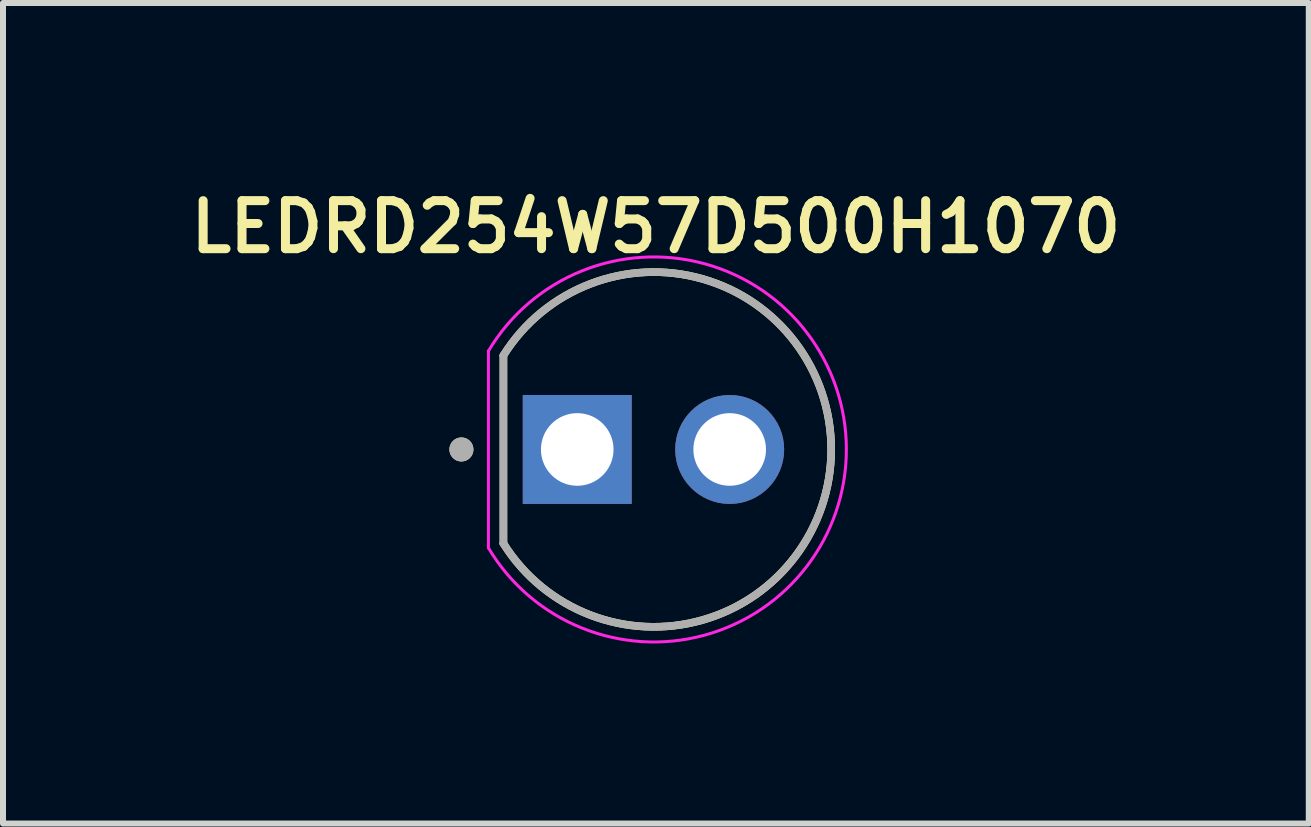
<source format=kicad_pcb>
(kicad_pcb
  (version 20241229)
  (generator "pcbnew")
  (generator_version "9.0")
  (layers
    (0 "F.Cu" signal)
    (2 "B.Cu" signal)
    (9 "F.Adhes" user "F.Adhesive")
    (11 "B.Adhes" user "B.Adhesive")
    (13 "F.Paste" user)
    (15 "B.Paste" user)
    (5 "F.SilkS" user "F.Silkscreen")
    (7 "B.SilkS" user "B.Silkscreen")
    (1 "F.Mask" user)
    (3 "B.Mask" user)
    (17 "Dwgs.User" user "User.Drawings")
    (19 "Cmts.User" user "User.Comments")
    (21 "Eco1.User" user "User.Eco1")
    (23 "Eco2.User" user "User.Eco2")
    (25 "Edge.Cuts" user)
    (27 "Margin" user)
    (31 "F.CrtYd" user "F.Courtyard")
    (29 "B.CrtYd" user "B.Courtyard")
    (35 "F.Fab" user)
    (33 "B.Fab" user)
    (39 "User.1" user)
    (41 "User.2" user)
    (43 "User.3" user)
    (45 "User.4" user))
  (footprint "LEDRD254W57D500H1070"
    (layer "F.Cu")
    (at 7.838 4.439)
    (property "Reference" "LEDRD254W57D500H1070" (at 0.04 -3.708 0) (layer "F.SilkS") (effects (font (size 0.8 0.8) (thickness 0.15))))
    (attr through_hole)
    (fp_line (start -2.5 -1.566) (end -2.5 1.566) (stroke (width 0.127) (type solid)) (layer "F.SilkS"))
    (fp_arc (start -2.5 -1.566) (mid 2.961291 0) (end -2.5 1.566) (stroke (width 0.127) (type solid)) (layer "F.SilkS"))
    (fp_circle (center -3.2 0) (end -3.1 0) (stroke (width 0.2) (type solid)) (fill no) (layer "F.SilkS"))
    (fp_line (start -2.75 -1.64) (end -2.75 1.64) (stroke (width 0.05) (type solid)) (layer "F.CrtYd"))
    (fp_arc (start -2.75 -1.64) (mid 3.214145 0) (end -2.75 1.64) (stroke (width 0.05) (type solid)) (layer "F.CrtYd"))
    (fp_line (start -2.5 -1.566) (end -2.5 1.566) (stroke (width 0.127) (type solid)) (layer "F.Fab"))
    (fp_arc (start -2.5 -1.566) (mid 2.961291 0) (end -2.5 1.566) (stroke (width 0.127) (type solid)) (layer "F.Fab"))
    (fp_circle (center -3.2 0) (end -3.1 0) (stroke (width 0.2) (type solid)) (fill no) (layer "F.Fab"))
    (pad "A" thru_hole circle (at 1.27 0) (size 1.815 1.815) (drill 1.21) (layers "*.Cu" "*.Mask"))
    (pad "C" thru_hole rect (at -1.27 0) (size 1.815 1.815) (drill 1.21) (layers "*.Cu" "*.Mask")))
  (gr_rect
    (start -3 -3)
    (end 18.757 10.672)
    (stroke (width 0.1) (type default))
    (fill no)
    (layer "Edge.Cuts")))
</source>
